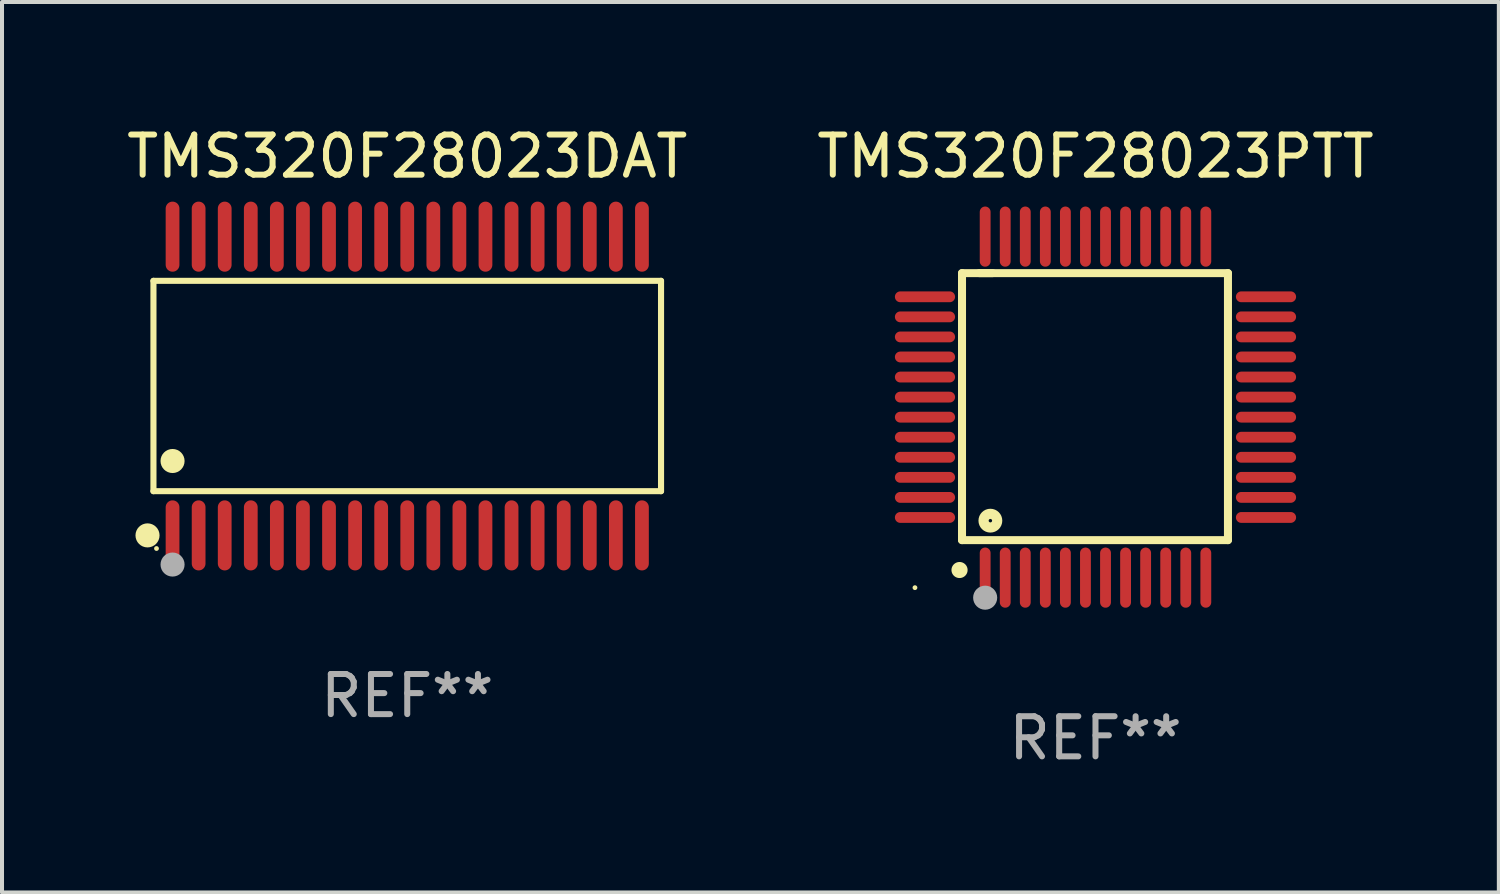
<source format=kicad_pcb>
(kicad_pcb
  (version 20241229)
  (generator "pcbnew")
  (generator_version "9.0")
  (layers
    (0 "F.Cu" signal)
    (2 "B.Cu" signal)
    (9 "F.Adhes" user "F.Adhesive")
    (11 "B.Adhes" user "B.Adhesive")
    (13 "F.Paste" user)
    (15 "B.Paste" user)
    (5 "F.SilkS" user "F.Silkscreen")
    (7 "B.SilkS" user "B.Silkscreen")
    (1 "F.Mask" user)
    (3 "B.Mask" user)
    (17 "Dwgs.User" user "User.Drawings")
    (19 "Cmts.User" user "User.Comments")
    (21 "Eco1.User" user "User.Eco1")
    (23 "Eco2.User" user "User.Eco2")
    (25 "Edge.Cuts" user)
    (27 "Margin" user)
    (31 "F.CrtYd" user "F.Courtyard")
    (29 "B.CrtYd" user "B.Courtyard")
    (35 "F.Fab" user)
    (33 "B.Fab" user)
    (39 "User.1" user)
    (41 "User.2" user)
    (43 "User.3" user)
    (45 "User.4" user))
  (footprint "TMS320F28023DAT"
    (layer "F.Cu")
    (at 7.101 6.572)
    (property "Reference" "TMS320F28023DAT" (at 0 -5.723 0) (layer "F.SilkS") (effects (font (size 1 1) (thickness 0.15))))
    (attr through_hole)
    (fp_line (start -6.326 -2.622) (end 6.326 -2.622) (stroke (width 0.152) (type solid)) (layer "F.SilkS"))
    (fp_line (start -6.326 2.621) (end -6.326 -2.622) (stroke (width 0.152) (type solid)) (layer "F.SilkS"))
    (fp_line (start 6.326 -2.622) (end 6.326 2.621) (stroke (width 0.152) (type solid)) (layer "F.SilkS"))
    (fp_line (start 6.326 2.621) (end -6.326 2.621) (stroke (width 0.152) (type solid)) (layer "F.SilkS"))
    (fp_circle (center -6.474 3.723) (end -6.324 3.723) (stroke (width 0.3) (type solid)) (fill no) (layer "F.SilkS"))
    (fp_circle (center -6.25 4.05) (end -6.22 4.05) (stroke (width 0.06) (type solid)) (fill no) (layer "F.SilkS"))
    (fp_circle (center -5.85 1.869) (end -5.7 1.869) (stroke (width 0.3) (type solid)) (fill no) (layer "F.SilkS"))
    (fp_circle (center -5.85 4.45) (end -5.7 4.45) (stroke (width 0.3) (type solid)) (fill no) (layer "F.Fab"))
    (fp_text user "REF**" (at 0 7.723 0) (layer "F.Fab") (effects (font (size 1 1) (thickness 0.15))))
    (pad "1" smd oval (at -5.85 3.723) (size 0.343 1.747) (layers "F.Cu" "F.Mask" "F.Paste"))
    (pad "2" smd oval (at -5.2 3.723) (size 0.343 1.747) (layers "F.Cu" "F.Mask" "F.Paste"))
    (pad "3" smd oval (at -4.55 3.723) (size 0.343 1.747) (layers "F.Cu" "F.Mask" "F.Paste"))
    (pad "4" smd oval (at -3.9 3.723) (size 0.343 1.747) (layers "F.Cu" "F.Mask" "F.Paste"))
    (pad "5" smd oval (at -3.25 3.723) (size 0.343 1.747) (layers "F.Cu" "F.Mask" "F.Paste"))
    (pad "6" smd oval (at -2.6 3.723) (size 0.343 1.747) (layers "F.Cu" "F.Mask" "F.Paste"))
    (pad "7" smd oval (at -1.95 3.723) (size 0.343 1.747) (layers "F.Cu" "F.Mask" "F.Paste"))
    (pad "8" smd oval (at -1.3 3.723) (size 0.343 1.747) (layers "F.Cu" "F.Mask" "F.Paste"))
    (pad "9" smd oval (at -0.65 3.723) (size 0.343 1.747) (layers "F.Cu" "F.Mask" "F.Paste"))
    (pad "10" smd oval (at 0 3.723) (size 0.343 1.747) (layers "F.Cu" "F.Mask" "F.Paste"))
    (pad "11" smd oval (at 0.65 3.723) (size 0.343 1.747) (layers "F.Cu" "F.Mask" "F.Paste"))
    (pad "12" smd oval (at 1.3 3.723) (size 0.343 1.747) (layers "F.Cu" "F.Mask" "F.Paste"))
    (pad "13" smd oval (at 1.95 3.723) (size 0.343 1.747) (layers "F.Cu" "F.Mask" "F.Paste"))
    (pad "14" smd oval (at 2.6 3.723) (size 0.343 1.747) (layers "F.Cu" "F.Mask" "F.Paste"))
    (pad "15" smd oval (at 3.25 3.723) (size 0.343 1.747) (layers "F.Cu" "F.Mask" "F.Paste"))
    (pad "16" smd oval (at 3.9 3.723) (size 0.343 1.747) (layers "F.Cu" "F.Mask" "F.Paste"))
    (pad "17" smd oval (at 4.55 3.723) (size 0.343 1.747) (layers "F.Cu" "F.Mask" "F.Paste"))
    (pad "18" smd oval (at 5.2 3.723) (size 0.343 1.747) (layers "F.Cu" "F.Mask" "F.Paste"))
    (pad "19" smd oval (at 5.85 3.723) (size 0.343 1.747) (layers "F.Cu" "F.Mask" "F.Paste"))
    (pad "20" smd oval (at 5.85 -3.723) (size 0.343 1.747) (layers "F.Cu" "F.Mask" "F.Paste"))
    (pad "21" smd oval (at 5.2 -3.723) (size 0.343 1.747) (layers "F.Cu" "F.Mask" "F.Paste"))
    (pad "22" smd oval (at 4.55 -3.723) (size 0.343 1.747) (layers "F.Cu" "F.Mask" "F.Paste"))
    (pad "23" smd oval (at 3.9 -3.723) (size 0.343 1.747) (layers "F.Cu" "F.Mask" "F.Paste"))
    (pad "24" smd oval (at 3.25 -3.723) (size 0.343 1.747) (layers "F.Cu" "F.Mask" "F.Paste"))
    (pad "25" smd oval (at 2.6 -3.723) (size 0.343 1.747) (layers "F.Cu" "F.Mask" "F.Paste"))
    (pad "26" smd oval (at 1.95 -3.723) (size 0.343 1.747) (layers "F.Cu" "F.Mask" "F.Paste"))
    (pad "27" smd oval (at 1.3 -3.723) (size 0.343 1.747) (layers "F.Cu" "F.Mask" "F.Paste"))
    (pad "28" smd oval (at 0.65 -3.723) (size 0.343 1.747) (layers "F.Cu" "F.Mask" "F.Paste"))
    (pad "29" smd oval (at 0 -3.723) (size 0.343 1.747) (layers "F.Cu" "F.Mask" "F.Paste"))
    (pad "30" smd oval (at -0.65 -3.723) (size 0.343 1.747) (layers "F.Cu" "F.Mask" "F.Paste"))
    (pad "31" smd oval (at -1.3 -3.723) (size 0.343 1.747) (layers "F.Cu" "F.Mask" "F.Paste"))
    (pad "32" smd oval (at -1.95 -3.723) (size 0.343 1.747) (layers "F.Cu" "F.Mask" "F.Paste"))
    (pad "33" smd oval (at -2.6 -3.723) (size 0.343 1.747) (layers "F.Cu" "F.Mask" "F.Paste"))
    (pad "34" smd oval (at -3.25 -3.723) (size 0.343 1.747) (layers "F.Cu" "F.Mask" "F.Paste"))
    (pad "35" smd oval (at -3.9 -3.723) (size 0.343 1.747) (layers "F.Cu" "F.Mask" "F.Paste"))
    (pad "36" smd oval (at -4.55 -3.723) (size 0.343 1.747) (layers "F.Cu" "F.Mask" "F.Paste"))
    (pad "37" smd oval (at -5.2 -3.723) (size 0.343 1.747) (layers "F.Cu" "F.Mask" "F.Paste"))
    (pad "38" smd oval (at -5.85 -3.723) (size 0.343 1.747) (layers "F.Cu" "F.Mask" "F.Paste")))
  (footprint "TMS320F28023PTT"
    (layer "F.Cu")
    (at 24.256 7.098)
    (property "Reference" "TMS320F28023PTT" (at 0 -6.25 0) (layer "F.SilkS") (effects (font (size 1 1) (thickness 0.15))))
    (attr through_hole)
    (fp_line (start -3.327 -3.34) (end -2.565 -3.34) (stroke (width 0.2) (type solid)) (layer "F.SilkS"))
    (fp_line (start -3.327 3.315) (end -3.327 -3.34) (stroke (width 0.2) (type solid)) (layer "F.SilkS"))
    (fp_line (start -2.896 -3.34) (end 3.302 -3.34) (stroke (width 0.2) (type solid)) (layer "F.SilkS"))
    (fp_line (start 3.302 -3.34) (end 3.302 3.315) (stroke (width 0.2) (type solid)) (layer "F.SilkS"))
    (fp_line (start 3.302 3.315) (end -3.327 3.315) (stroke (width 0.2) (type solid)) (layer "F.SilkS"))
    (fp_arc (start -3.389992 4.059995) (mid -3.388722 4.059991) (end -3.387452 4.059995) (stroke (width 0.4) (type solid)) (layer "F.SilkS"))
    (fp_circle (center -4.5 4.5) (end -4.47 4.5) (stroke (width 0.06) (type solid)) (fill no) (layer "F.SilkS"))
    (fp_circle (center -2.62 2.83) (end -2.45 2.83) (stroke (width 0.254) (type solid)) (fill no) (layer "F.SilkS"))
    (fp_circle (center -2.75 4.75) (end -2.6 4.75) (stroke (width 0.3) (type solid)) (fill no) (layer "F.Fab"))
    (fp_text user "REF**" (at 0 8.25 0) (layer "F.Fab") (effects (font (size 1 1) (thickness 0.15))))
    (pad "1" smd oval (at -2.75 4.25) (size 0.27 1.5) (layers "F.Cu" "F.Mask" "F.Paste"))
    (pad "2" smd oval (at -2.25 4.25) (size 0.27 1.5) (layers "F.Cu" "F.Mask" "F.Paste"))
    (pad "3" smd oval (at -1.75 4.25) (size 0.27 1.5) (layers "F.Cu" "F.Mask" "F.Paste"))
    (pad "4" smd oval (at -1.25 4.25) (size 0.27 1.5) (layers "F.Cu" "F.Mask" "F.Paste"))
    (pad "5" smd oval (at -0.75 4.25) (size 0.27 1.5) (layers "F.Cu" "F.Mask" "F.Paste"))
    (pad "6" smd oval (at -0.25 4.25) (size 0.27 1.5) (layers "F.Cu" "F.Mask" "F.Paste"))
    (pad "7" smd oval (at 0.25 4.25) (size 0.27 1.5) (layers "F.Cu" "F.Mask" "F.Paste"))
    (pad "8" smd oval (at 0.75 4.25) (size 0.27 1.5) (layers "F.Cu" "F.Mask" "F.Paste"))
    (pad "9" smd oval (at 1.25 4.25) (size 0.27 1.5) (layers "F.Cu" "F.Mask" "F.Paste"))
    (pad "10" smd oval (at 1.75 4.25) (size 0.27 1.5) (layers "F.Cu" "F.Mask" "F.Paste"))
    (pad "11" smd oval (at 2.25 4.25) (size 0.27 1.5) (layers "F.Cu" "F.Mask" "F.Paste"))
    (pad "12" smd oval (at 2.75 4.25) (size 0.27 1.5) (layers "F.Cu" "F.Mask" "F.Paste"))
    (pad "13" smd oval (at 4.25 2.75) (size 1.5 0.27) (layers "F.Cu" "F.Mask" "F.Paste"))
    (pad "14" smd oval (at 4.25 2.25) (size 1.5 0.27) (layers "F.Cu" "F.Mask" "F.Paste"))
    (pad "15" smd oval (at 4.25 1.75) (size 1.5 0.27) (layers "F.Cu" "F.Mask" "F.Paste"))
    (pad "16" smd oval (at 4.25 1.25) (size 1.5 0.27) (layers "F.Cu" "F.Mask" "F.Paste"))
    (pad "17" smd oval (at 4.25 0.75) (size 1.5 0.27) (layers "F.Cu" "F.Mask" "F.Paste"))
    (pad "18" smd oval (at 4.25 0.25) (size 1.5 0.27) (layers "F.Cu" "F.Mask" "F.Paste"))
    (pad "19" smd oval (at 4.25 -0.25) (size 1.5 0.27) (layers "F.Cu" "F.Mask" "F.Paste"))
    (pad "20" smd oval (at 4.25 -0.75) (size 1.5 0.27) (layers "F.Cu" "F.Mask" "F.Paste"))
    (pad "21" smd oval (at 4.25 -1.25) (size 1.5 0.27) (layers "F.Cu" "F.Mask" "F.Paste"))
    (pad "22" smd oval (at 4.25 -1.75) (size 1.5 0.27) (layers "F.Cu" "F.Mask" "F.Paste"))
    (pad "23" smd oval (at 4.25 -2.25) (size 1.5 0.27) (layers "F.Cu" "F.Mask" "F.Paste"))
    (pad "24" smd oval (at 4.25 -2.75) (size 1.5 0.27) (layers "F.Cu" "F.Mask" "F.Paste"))
    (pad "25" smd oval (at 2.75 -4.25) (size 0.27 1.5) (layers "F.Cu" "F.Mask" "F.Paste"))
    (pad "26" smd oval (at 2.25 -4.25) (size 0.27 1.5) (layers "F.Cu" "F.Mask" "F.Paste"))
    (pad "27" smd oval (at 1.75 -4.25) (size 0.27 1.5) (layers "F.Cu" "F.Mask" "F.Paste"))
    (pad "28" smd oval (at 1.25 -4.25) (size 0.27 1.5) (layers "F.Cu" "F.Mask" "F.Paste"))
    (pad "29" smd oval (at 0.75 -4.25) (size 0.27 1.5) (layers "F.Cu" "F.Mask" "F.Paste"))
    (pad "30" smd oval (at 0.25 -4.25) (size 0.27 1.5) (layers "F.Cu" "F.Mask" "F.Paste"))
    (pad "31" smd oval (at -0.25 -4.25) (size 0.27 1.5) (layers "F.Cu" "F.Mask" "F.Paste"))
    (pad "32" smd oval (at -0.75 -4.25) (size 0.27 1.5) (layers "F.Cu" "F.Mask" "F.Paste"))
    (pad "33" smd oval (at -1.25 -4.25) (size 0.27 1.5) (layers "F.Cu" "F.Mask" "F.Paste"))
    (pad "34" smd oval (at -1.75 -4.25) (size 0.27 1.5) (layers "F.Cu" "F.Mask" "F.Paste"))
    (pad "35" smd oval (at -2.25 -4.25) (size 0.27 1.5) (layers "F.Cu" "F.Mask" "F.Paste"))
    (pad "36" smd oval (at -2.75 -4.25) (size 0.27 1.5) (layers "F.Cu" "F.Mask" "F.Paste"))
    (pad "37" smd oval (at -4.25 -2.75) (size 1.5 0.27) (layers "F.Cu" "F.Mask" "F.Paste"))
    (pad "38" smd oval (at -4.25 -2.25) (size 1.5 0.27) (layers "F.Cu" "F.Mask" "F.Paste"))
    (pad "39" smd oval (at -4.25 -1.75) (size 1.5 0.27) (layers "F.Cu" "F.Mask" "F.Paste"))
    (pad "40" smd oval (at -4.25 -1.25) (size 1.5 0.27) (layers "F.Cu" "F.Mask" "F.Paste"))
    (pad "41" smd oval (at -4.25 -0.75) (size 1.5 0.27) (layers "F.Cu" "F.Mask" "F.Paste"))
    (pad "42" smd oval (at -4.25 -0.25) (size 1.5 0.27) (layers "F.Cu" "F.Mask" "F.Paste"))
    (pad "43" smd oval (at -4.25 0.25) (size 1.5 0.27) (layers "F.Cu" "F.Mask" "F.Paste"))
    (pad "44" smd oval (at -4.25 0.75) (size 1.5 0.27) (layers "F.Cu" "F.Mask" "F.Paste"))
    (pad "45" smd oval (at -4.25 1.25) (size 1.5 0.27) (layers "F.Cu" "F.Mask" "F.Paste"))
    (pad "46" smd oval (at -4.25 1.75) (size 1.5 0.27) (layers "F.Cu" "F.Mask" "F.Paste"))
    (pad "47" smd oval (at -4.25 2.25) (size 1.5 0.27) (layers "F.Cu" "F.Mask" "F.Paste"))
    (pad "48" smd oval (at -4.25 2.75) (size 1.5 0.27) (layers "F.Cu" "F.Mask" "F.Paste")))
  (gr_rect
    (start -3 -3)
    (end 34.31 19.196)
    (stroke (width 0.1) (type default))
    (fill no)
    (layer "Edge.Cuts")))
</source>
